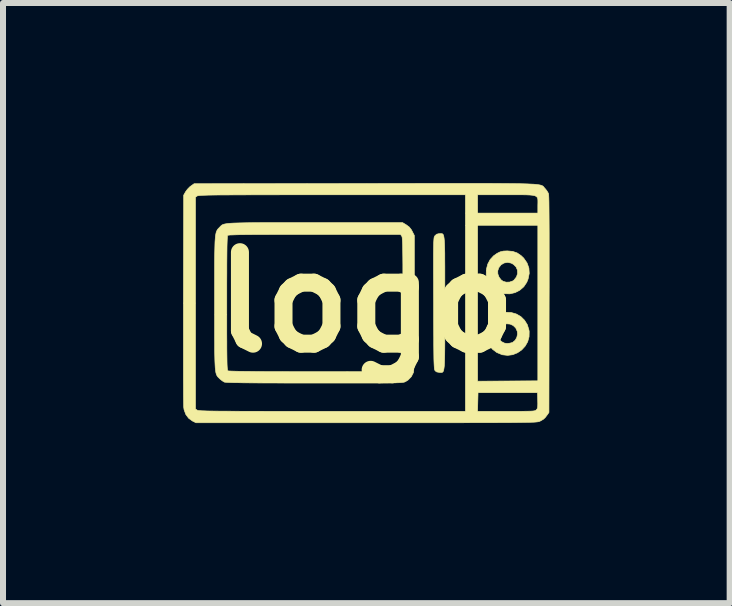
<source format=kicad_pcb>
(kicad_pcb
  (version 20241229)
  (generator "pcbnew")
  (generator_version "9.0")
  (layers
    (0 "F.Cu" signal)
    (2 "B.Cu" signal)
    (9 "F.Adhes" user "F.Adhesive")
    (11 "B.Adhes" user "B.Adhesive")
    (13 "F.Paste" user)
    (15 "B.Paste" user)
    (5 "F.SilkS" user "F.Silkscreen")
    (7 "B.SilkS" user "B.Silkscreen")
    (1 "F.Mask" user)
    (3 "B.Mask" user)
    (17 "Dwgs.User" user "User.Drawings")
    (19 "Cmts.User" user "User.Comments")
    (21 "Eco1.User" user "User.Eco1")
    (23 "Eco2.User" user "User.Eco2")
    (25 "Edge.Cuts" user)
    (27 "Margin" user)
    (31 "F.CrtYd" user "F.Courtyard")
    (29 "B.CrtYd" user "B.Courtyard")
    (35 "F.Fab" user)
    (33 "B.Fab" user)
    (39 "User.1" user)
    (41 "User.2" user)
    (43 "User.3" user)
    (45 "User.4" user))
  (footprint "logo"
    (layer "F.Cu")
    (at 3.051 1.985)
    (property "Reference" "logo" (at 0 0 0) (layer "F.SilkS") (effects (font (size 1.524 1.524) (thickness 0.3))))
    (attr through_hole)
    (fp_poly (pts (xy 2.413 0.17) (xy 2.497 0.194) (xy 2.573 0.237) (xy 2.635 0.298) (xy 2.682 0.373) (xy 2.709 0.462) (xy 2.713 0.486) (xy 2.711 0.574) (xy 2.688 0.657) (xy 2.646 0.73) (xy 2.588 0.793) (xy 2.518 0.841) (xy 2.439 0.873) (xy 2.354 0.884) (xy 2.266 0.874) (xy 2.26 0.872) (xy 2.173 0.836) (xy 2.101 0.781) (xy 2.046 0.712) (xy 2.01 0.631) (xy 1.995 0.543) (xy 1.997 0.512) (xy 2.188 0.512) (xy 2.193 0.566) (xy 2.215 0.616) (xy 2.252 0.655) (xy 2.302 0.68) (xy 2.345 0.686) (xy 2.39 0.681) (xy 2.432 0.67) (xy 2.44 0.666) (xy 2.48 0.632) (xy 2.507 0.584) (xy 2.519 0.529) (xy 2.515 0.485) (xy 2.489 0.428) (xy 2.447 0.387) (xy 2.395 0.363) (xy 2.338 0.358) (xy 2.282 0.374) (xy 2.236 0.407) (xy 2.202 0.457) (xy 2.188 0.512) (xy 1.997 0.512) (xy 2.001 0.45) (xy 2.015 0.399) (xy 2.047 0.337) (xy 2.096 0.277) (xy 2.155 0.225) (xy 2.218 0.19) (xy 2.228 0.186) (xy 2.322 0.166) (xy 2.413 0.17)) (stroke (width 0.01) (type solid)) (fill yes) (layer "F.SilkS"))
    (fp_poly (pts (xy 2.438 -0.848) (xy 2.513 -0.822) (xy 2.58 -0.776) (xy 2.623 -0.734) (xy 2.677 -0.656) (xy 2.708 -0.571) (xy 2.714 -0.482) (xy 2.695 -0.389) (xy 2.673 -0.334) (xy 2.623 -0.259) (xy 2.556 -0.201) (xy 2.478 -0.161) (xy 2.391 -0.141) (xy 2.299 -0.143) (xy 2.223 -0.162) (xy 2.164 -0.193) (xy 2.105 -0.242) (xy 2.055 -0.302) (xy 2.019 -0.364) (xy 2.013 -0.38) (xy 1.997 -0.465) (xy 1.999 -0.524) (xy 2.189 -0.524) (xy 2.191 -0.472) (xy 2.211 -0.419) (xy 2.245 -0.374) (xy 2.278 -0.35) (xy 2.33 -0.335) (xy 2.387 -0.337) (xy 2.439 -0.355) (xy 2.46 -0.37) (xy 2.501 -0.422) (xy 2.52 -0.479) (xy 2.517 -0.537) (xy 2.494 -0.589) (xy 2.451 -0.632) (xy 2.412 -0.653) (xy 2.352 -0.665) (xy 2.294 -0.654) (xy 2.244 -0.624) (xy 2.207 -0.576) (xy 2.189 -0.524) (xy 1.999 -0.524) (xy 2.001 -0.553) (xy 2.023 -0.637) (xy 2.063 -0.712) (xy 2.118 -0.772) (xy 2.12 -0.774) (xy 2.178 -0.815) (xy 2.229 -0.84) (xy 2.283 -0.853) (xy 2.349 -0.856) (xy 2.349 -0.856) (xy 2.438 -0.848)) (stroke (width 0.01) (type solid)) (fill yes) (layer "F.SilkS"))
    (fp_poly (pts (xy 1.259 -1.143) (xy 1.269 -1.14) (xy 1.278 -1.132) (xy 1.285 -1.117) (xy 1.291 -1.096) (xy 1.296 -1.065) (xy 1.3 -1.023) (xy 1.303 -0.97) (xy 1.305 -0.903) (xy 1.307 -0.82) (xy 1.307 -0.721) (xy 1.308 -0.604) (xy 1.308 -0.466) (xy 1.308 -0.308) (xy 1.308 -0.127) (xy 1.308 0.008) (xy 1.308 0.206) (xy 1.308 0.38) (xy 1.308 0.532) (xy 1.308 0.663) (xy 1.307 0.775) (xy 1.306 0.87) (xy 1.304 0.947) (xy 1.302 1.011) (xy 1.299 1.061) (xy 1.294 1.099) (xy 1.289 1.127) (xy 1.283 1.147) (xy 1.275 1.159) (xy 1.266 1.166) (xy 1.256 1.169) (xy 1.243 1.169) (xy 1.23 1.169) (xy 1.22 1.168) (xy 1.173 1.16) (xy 1.148 1.142) (xy 1.144 1.136) (xy 1.14 1.129) (xy 1.137 1.118) (xy 1.134 1.102) (xy 1.132 1.079) (xy 1.13 1.047) (xy 1.128 1.006) (xy 1.126 0.953) (xy 1.125 0.886) (xy 1.124 0.805) (xy 1.123 0.707) (xy 1.123 0.592) (xy 1.122 0.456) (xy 1.121 0.299) (xy 1.121 0.119) (xy 1.121 0.02) (xy 1.12 -0.172) (xy 1.12 -0.34) (xy 1.119 -0.486) (xy 1.119 -0.612) (xy 1.119 -0.718) (xy 1.119 -0.807) (xy 1.12 -0.881) (xy 1.121 -0.941) (xy 1.122 -0.988) (xy 1.124 -1.024) (xy 1.126 -1.052) (xy 1.128 -1.072) (xy 1.131 -1.086) (xy 1.135 -1.095) (xy 1.139 -1.103) (xy 1.143 -1.109) (xy 1.144 -1.109) (xy 1.171 -1.134) (xy 1.208 -1.143) (xy 1.218 -1.143) (xy 1.234 -1.144) (xy 1.247 -1.144) (xy 1.259 -1.143)) (stroke (width 0.01) (type solid)) (fill yes) (layer "F.SilkS"))
    (fp_poly (pts (xy -1.068 -1.327) (xy -0.85 -1.327) (xy 0.605 -1.327) (xy 0.668 -1.289) (xy 0.716 -1.253) (xy 0.751 -1.208) (xy 0.765 -1.182) (xy 0.8 -1.113) (xy 0.8 0.007) (xy 0.8 0.219) (xy 0.8 0.406) (xy 0.799 0.57) (xy 0.798 0.712) (xy 0.797 0.833) (xy 0.796 0.934) (xy 0.794 1.015) (xy 0.793 1.078) (xy 0.79 1.125) (xy 0.788 1.155) (xy 0.785 1.17) (xy 0.749 1.24) (xy 0.695 1.295) (xy 0.655 1.32) (xy 0.647 1.324) (xy 0.638 1.328) (xy 0.626 1.331) (xy 0.611 1.334) (xy 0.591 1.336) (xy 0.565 1.338) (xy 0.531 1.34) (xy 0.488 1.341) (xy 0.434 1.342) (xy 0.368 1.343) (xy 0.289 1.344) (xy 0.194 1.345) (xy 0.084 1.345) (xy -0.044 1.345) (xy -0.192 1.345) (xy -0.36 1.345) (xy -0.549 1.345) (xy -0.762 1.345) (xy -0.864 1.345) (xy -1.102 1.345) (xy -1.314 1.345) (xy -1.504 1.344) (xy -1.671 1.344) (xy -1.818 1.343) (xy -1.944 1.342) (xy -2.052 1.341) (xy -2.142 1.339) (xy -2.215 1.338) (xy -2.272 1.336) (xy -2.315 1.334) (xy -2.344 1.332) (xy -2.361 1.33) (xy -2.365 1.329) (xy -2.396 1.31) (xy -2.432 1.282) (xy -2.445 1.27) (xy -2.459 1.256) (xy -2.471 1.244) (xy -2.482 1.23) (xy -2.491 1.214) (xy -2.499 1.194) (xy -2.506 1.168) (xy -2.511 1.135) (xy -2.516 1.092) (xy -2.519 1.039) (xy -2.522 0.974) (xy -2.524 0.895) (xy -2.526 0.801) (xy -2.526 0.689) (xy -2.527 0.559) (xy -2.527 0.409) (xy -2.527 0.236) (xy -2.527 0.04) (xy -2.527 0.015) (xy -2.324 0.015) (xy -2.324 0.209) (xy -2.324 0.379) (xy -2.324 0.527) (xy -2.323 0.654) (xy -2.323 0.763) (xy -2.322 0.853) (xy -2.321 0.928) (xy -2.32 0.989) (xy -2.319 1.036) (xy -2.317 1.073) (xy -2.315 1.099) (xy -2.313 1.118) (xy -2.31 1.13) (xy -2.307 1.138) (xy -2.303 1.141) (xy -2.302 1.142) (xy -2.285 1.144) (xy -2.243 1.146) (xy -2.175 1.148) (xy -2.083 1.15) (xy -1.965 1.151) (xy -1.823 1.153) (xy -1.655 1.154) (xy -1.463 1.154) (xy -1.246 1.155) (xy -1.005 1.155) (xy -0.855 1.155) (xy 0.57 1.156) (xy 0.59 1.127) (xy 0.593 1.12) (xy 0.596 1.108) (xy 0.599 1.09) (xy 0.601 1.064) (xy 0.603 1.029) (xy 0.605 0.983) (xy 0.606 0.924) (xy 0.607 0.85) (xy 0.608 0.761) (xy 0.609 0.655) (xy 0.609 0.529) (xy 0.609 0.383) (xy 0.61 0.215) (xy 0.61 0.023) (xy 0.61 0.013) (xy 0.61 -0.18) (xy 0.609 -0.35) (xy 0.609 -0.497) (xy 0.609 -0.623) (xy 0.608 -0.731) (xy 0.607 -0.821) (xy 0.606 -0.895) (xy 0.605 -0.954) (xy 0.603 -1.001) (xy 0.601 -1.037) (xy 0.599 -1.064) (xy 0.597 -1.082) (xy 0.594 -1.094) (xy 0.59 -1.102) (xy 0.59 -1.102) (xy 0.57 -1.13) (xy -0.862 -1.13) (xy -1.095 -1.13) (xy -1.304 -1.13) (xy -1.49 -1.13) (xy -1.654 -1.129) (xy -1.796 -1.129) (xy -1.919 -1.128) (xy -2.022 -1.127) (xy -2.108 -1.126) (xy -2.177 -1.124) (xy -2.23 -1.122) (xy -2.269 -1.121) (xy -2.294 -1.118) (xy -2.307 -1.116) (xy -2.309 -1.115) (xy -2.312 -1.106) (xy -2.314 -1.085) (xy -2.316 -1.05) (xy -2.318 -1.001) (xy -2.32 -0.935) (xy -2.321 -0.852) (xy -2.322 -0.75) (xy -2.323 -0.629) (xy -2.323 -0.487) (xy -2.324 -0.323) (xy -2.324 -0.136) (xy -2.324 0.015) (xy -2.527 0.015) (xy -2.527 0.013) (xy -2.527 -0.186) (xy -2.527 -0.362) (xy -2.527 -0.515) (xy -2.527 -0.648) (xy -2.526 -0.762) (xy -2.524 -0.858) (xy -2.522 -0.939) (xy -2.52 -1.006) (xy -2.516 -1.06) (xy -2.512 -1.104) (xy -2.506 -1.139) (xy -2.5 -1.166) (xy -2.492 -1.187) (xy -2.483 -1.204) (xy -2.473 -1.219) (xy -2.461 -1.232) (xy -2.447 -1.246) (xy -2.445 -1.248) (xy -2.434 -1.26) (xy -2.424 -1.27) (xy -2.414 -1.28) (xy -2.402 -1.288) (xy -2.387 -1.296) (xy -2.367 -1.302) (xy -2.342 -1.307) (xy -2.309 -1.312) (xy -2.267 -1.316) (xy -2.216 -1.319) (xy -2.153 -1.321) (xy -2.077 -1.323) (xy -1.987 -1.325) (xy -1.881 -1.326) (xy -1.758 -1.327) (xy -1.617 -1.327) (xy -1.456 -1.327) (xy -1.273 -1.327) (xy -1.068 -1.327)) (stroke (width 0.01) (type solid)) (fill yes) (layer "F.SilkS"))
    (fp_poly (pts (xy 1.749 -1.98) (xy 1.92 -1.98) (xy 2.074 -1.98) (xy 2.211 -1.979) (xy 2.332 -1.978) (xy 2.439 -1.977) (xy 2.532 -1.976) (xy 2.613 -1.974) (xy 2.682 -1.972) (xy 2.741 -1.969) (xy 2.79 -1.967) (xy 2.83 -1.963) (xy 2.862 -1.959) (xy 2.888 -1.955) (xy 2.908 -1.95) (xy 2.924 -1.945) (xy 2.935 -1.939) (xy 2.944 -1.933) (xy 2.952 -1.926) (xy 2.958 -1.918) (xy 2.965 -1.909) (xy 2.973 -1.9) (xy 2.977 -1.896) (xy 3.007 -1.859) (xy 3.03 -1.82) (xy 3.036 -1.804) (xy 3.038 -1.785) (xy 3.04 -1.741) (xy 3.042 -1.673) (xy 3.043 -1.581) (xy 3.044 -1.465) (xy 3.045 -1.324) (xy 3.046 -1.158) (xy 3.046 -0.968) (xy 3.046 -0.752) (xy 3.046 -0.512) (xy 3.046 -0.246) (xy 3.045 0.038) (xy 3.042 1.835) (xy 3.01 1.88) (xy 2.979 1.921) (xy 2.948 1.949) (xy 2.907 1.973) (xy 2.889 1.982) (xy 2.883 1.984) (xy 2.876 1.987) (xy 2.866 1.989) (xy 2.854 1.991) (xy 2.837 1.993) (xy 2.815 1.995) (xy 2.787 1.997) (xy 2.752 1.998) (xy 2.709 1.999) (xy 2.657 2) (xy 2.594 2.001) (xy 2.521 2.002) (xy 2.435 2.003) (xy 2.336 2.004) (xy 2.223 2.004) (xy 2.095 2.005) (xy 1.951 2.005) (xy 1.79 2.005) (xy 1.61 2.006) (xy 1.412 2.006) (xy 1.193 2.006) (xy 0.953 2.006) (xy 0.692 2.006) (xy 0.407 2.006) (xy 0.098 2.006) (xy 0 2.006) (xy -2.838 2.006) (xy -2.896 1.977) (xy -2.959 1.931) (xy -3.006 1.868) (xy -3.035 1.79) (xy -3.041 1.75) (xy -3.042 1.727) (xy -3.043 1.681) (xy -3.044 1.613) (xy -3.045 1.524) (xy -3.045 1.416) (xy -3.046 1.29) (xy -3.046 1.148) (xy -3.046 0.991) (xy -3.046 0.821) (xy -3.046 0.64) (xy -3.046 0.449) (xy -3.046 0.25) (xy -3.046 0.044) (xy -3.046 -0.057) (xy -3.042 -1.751) (xy -2.845 -1.751) (xy -2.845 0.013) (xy -2.845 1.777) (xy -2.817 1.796) (xy -2.811 1.799) (xy -2.802 1.801) (xy -2.787 1.803) (xy -2.766 1.805) (xy -2.737 1.807) (xy -2.7 1.808) (xy -2.654 1.81) (xy -2.596 1.811) (xy -2.527 1.812) (xy -2.445 1.813) (xy -2.349 1.813) (xy -2.238 1.814) (xy -2.11 1.815) (xy -1.965 1.815) (xy -1.802 1.815) (xy -1.619 1.816) (xy -1.416 1.816) (xy -1.191 1.816) (xy -0.943 1.816) (xy -0.672 1.816) (xy -0.569 1.816) (xy 1.651 1.816) (xy 1.853 1.816) (xy 2.33 1.816) (xy 2.453 1.816) (xy 2.553 1.816) (xy 2.632 1.815) (xy 2.694 1.814) (xy 2.74 1.813) (xy 2.773 1.811) (xy 2.797 1.808) (xy 2.812 1.804) (xy 2.823 1.799) (xy 2.831 1.792) (xy 2.833 1.79) (xy 2.844 1.776) (xy 2.852 1.758) (xy 2.855 1.73) (xy 2.856 1.688) (xy 2.855 1.635) (xy 2.851 1.505) (xy 1.861 1.505) (xy 1.853 1.816) (xy 1.651 1.816) (xy 1.651 1.314) (xy 1.854 1.314) (xy 2.356 1.311) (xy 2.857 1.308) (xy 2.857 -1.283) (xy 1.854 -1.283) (xy 1.854 1.314) (xy 1.651 1.314) (xy 1.651 -1.791) (xy 1.854 -1.791) (xy 1.854 -1.486) (xy 2.857 -1.486) (xy 2.857 -1.613) (xy 2.858 -1.657) (xy 2.858 -1.693) (xy 2.856 -1.722) (xy 2.849 -1.744) (xy 2.834 -1.761) (xy 2.81 -1.774) (xy 2.775 -1.782) (xy 2.726 -1.787) (xy 2.66 -1.79) (xy 2.576 -1.791) (xy 2.472 -1.791) (xy 2.345 -1.791) (xy 2.33 -1.791) (xy 1.854 -1.791) (xy 1.651 -1.791) (xy -0.569 -1.791) (xy -0.849 -1.791) (xy -1.105 -1.791) (xy -1.338 -1.791) (xy -1.549 -1.79) (xy -1.739 -1.79) (xy -1.909 -1.79) (xy -2.06 -1.789) (xy -2.194 -1.789) (xy -2.311 -1.788) (xy -2.412 -1.788) (xy -2.499 -1.787) (xy -2.573 -1.786) (xy -2.634 -1.785) (xy -2.685 -1.783) (xy -2.725 -1.782) (xy -2.756 -1.78) (xy -2.78 -1.778) (xy -2.797 -1.776) (xy -2.808 -1.774) (xy -2.815 -1.772) (xy -2.817 -1.771) (xy -2.845 -1.751) (xy -3.042 -1.751) (xy -3.042 -1.784) (xy -3.01 -1.841) (xy -2.979 -1.883) (xy -2.939 -1.924) (xy -2.923 -1.936) (xy -2.868 -1.975) (xy -0.021 -1.978) (xy 0.3 -1.979) (xy 0.597 -1.979) (xy 0.87 -1.98) (xy 1.121 -1.98) (xy 1.351 -1.98) (xy 1.56 -1.98) (xy 1.749 -1.98)) (stroke (width 0.01) (type solid)) (fill yes) (layer "F.SilkS")))
  (gr_rect
    (start -3 -3)
    (end 9.103 6.996)
    (stroke (width 0.1) (type default))
    (fill no)
    (layer "Edge.Cuts")))
</source>
